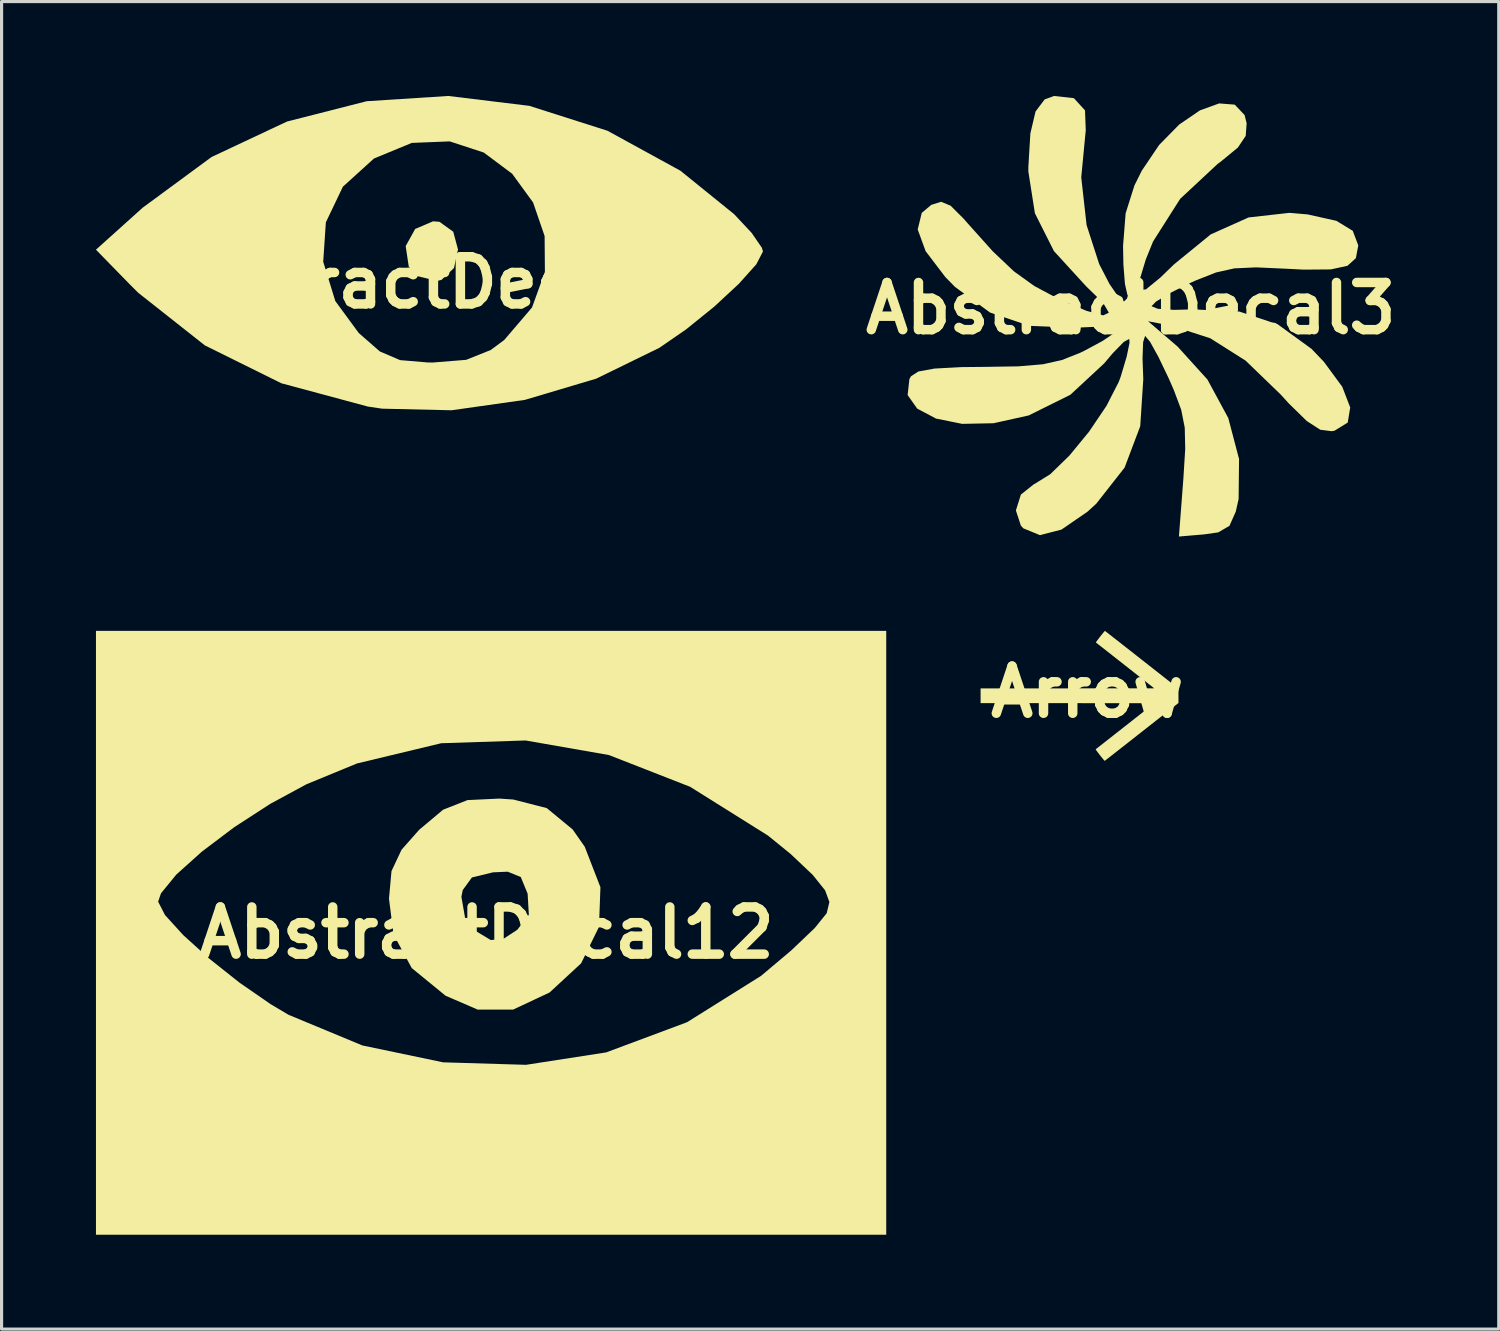
<source format=kicad_pcb>
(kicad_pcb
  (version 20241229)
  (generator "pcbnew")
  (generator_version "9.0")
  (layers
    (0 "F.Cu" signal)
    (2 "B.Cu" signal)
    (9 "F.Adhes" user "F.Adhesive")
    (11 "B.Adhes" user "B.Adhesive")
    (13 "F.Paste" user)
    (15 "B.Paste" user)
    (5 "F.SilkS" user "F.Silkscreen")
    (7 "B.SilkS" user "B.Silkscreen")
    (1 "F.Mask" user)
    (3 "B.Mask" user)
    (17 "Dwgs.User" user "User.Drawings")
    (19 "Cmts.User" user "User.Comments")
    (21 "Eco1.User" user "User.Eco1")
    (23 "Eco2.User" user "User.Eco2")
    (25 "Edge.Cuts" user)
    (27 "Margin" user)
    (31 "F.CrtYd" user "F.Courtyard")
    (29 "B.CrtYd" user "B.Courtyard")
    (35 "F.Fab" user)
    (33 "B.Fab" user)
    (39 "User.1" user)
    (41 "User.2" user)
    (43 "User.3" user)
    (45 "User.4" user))
  (footprint "AbstractDecal2"
    (layer "F.Cu")
    (at 10.476 5.932)
    (property "Reference" "AbstractDecal2" (at 0 0 0) (layer "F.SilkS") (effects (font (size 1.5 1.5) (thickness 0.3))))
    (attr board_only exclude_from_pos_files exclude_from_bom)
    (fp_poly (pts (xy 0.442 -1.932) (xy 0.88 -1.617) (xy 1.031 -1.052) (xy 0.904 -0.465) (xy 0.507 -0.087) (xy 0.372 -0.053) (xy -0.28 -0.209) (xy -0.534 -0.508) (xy -0.632 -1.16) (xy -0.33 -1.705) (xy 0.239 -1.948)) (stroke (width 0) (type solid)) (fill yes) (layer "F.SilkS"))
    (fp_poly (pts (xy 3.297 -5.618) (xy 5.782 -4.826) (xy 8.1 -3.556) (xy 9.807 -2.175) (xy 10.364 -1.58) (xy 10.689 -1.108) (xy 10.724 -0.99) (xy 10.513 -0.582) (xy 9.956 0.04) (xy 9.172 0.767) (xy 8.278 1.489) (xy 7.431 2.073) (xy 5.427 3.052) (xy 3.16 3.727) (xy 0.826 4.058) (xy -1.382 4.007) (xy -1.834 3.94) (xy -4.583 3.2) (xy -7.015 1.996) (xy -9.135 0.322) (xy -9.401 0.056) (xy -10.103 -0.663) (xy -3.253 -0.663) (xy -2.869 0.586) (xy -2.123 1.603) (xy -1.452 2.189) (xy -0.81 2.464) (xy 0.078 2.539) (xy 0.232 2.54) (xy 1.29 2.455) (xy 2.069 2.143) (xy 2.5 1.825) (xy 3.384 0.79) (xy 3.793 -0.339) (xy 3.784 -1.479) (xy 3.418 -2.546) (xy 2.753 -3.459) (xy 1.85 -4.134) (xy 0.767 -4.488) (xy -0.437 -4.44) (xy -1.64 -3.944) (xy -2.628 -3.048) (xy -3.169 -1.915) (xy -3.253 -0.663) (xy -10.103 -0.663) (xy -10.476 -1.046) (xy -8.99 -2.382) (xy -6.802 -3.992) (xy -4.404 -5.119) (xy -1.871 -5.765) (xy 0.721 -5.932)) (stroke (width 0) (type solid)) (fill yes) (layer "F.SilkS")))
  (footprint "AbstractDecal12"
    (layer "F.Cu")
    (at 12.418 26.598)
    (property "Reference" "AbstractDecal12" (at 0 0 0) (layer "F.SilkS") (effects (font (size 1.5 1.5) (thickness 0.3))))
    (attr board_only exclude_from_pos_files exclude_from_bom)
    (fp_poly (pts (xy 0.847 -4.236) (xy 1.911 -3.963) (xy 2.733 -3.285) (xy 3.118 -2.734) (xy 3.616 -1.448) (xy 3.57 -0.188) (xy 3.002 0.97) (xy 2 1.897) (xy 0.838 2.442) (xy -0.284 2.442) (xy -1.308 1.999) (xy -2.382 1.12) (xy -2.96 0.052) (xy -3.104 -1.079) (xy -3.099 -1.145) (xy -0.803 -1.145) (xy -0.674 -0.404) (xy -0.396 -0.086) (xy 0.131 0.231) (xy 0.547 0.183) (xy 0.975 -0.097) (xy 1.341 -0.575) (xy 1.302 -1.243) (xy 1.085 -1.772) (xy 0.67 -1.942) (xy 0.202 -1.922) (xy -0.469 -1.759) (xy -0.76 -1.359) (xy -0.803 -1.145) (xy -3.099 -1.145) (xy -3.025 -1.961) (xy -2.706 -2.639) (xy -2.145 -3.274) (xy -1.385 -3.912) (xy -0.609 -4.218) (xy 0.406 -4.266)) (stroke (width 0) (type solid)) (fill yes) (layer "F.SilkS"))
    (fp_poly (pts (xy 12.7 0) (xy 12.7 9.596) (xy 0.141 9.596) (xy -12.418 9.596) (xy -12.418 0) (xy -12.418 -0.99) (xy -10.442 -0.99) (xy -10.224 -0.565) (xy -9.646 0.071) (xy -8.819 0.82) (xy -7.855 1.585) (xy -6.867 2.268) (xy -6.298 2.606) (xy -3.952 3.58) (xy -1.384 4.117) (xy 1.251 4.196) (xy 3.8 3.801) (xy 3.8 3.801) (xy 6.369 2.842) (xy 8.722 1.368) (xy 9.69 0.552) (xy 10.43 -0.154) (xy 10.808 -0.623) (xy 10.893 -0.98) (xy 10.757 -1.35) (xy 10.757 -1.35) (xy 10.361 -1.843) (xy 9.665 -2.502) (xy 8.943 -3.089) (xy 6.466 -4.641) (xy 3.885 -5.65) (xy 1.236 -6.113) (xy -1.445 -6.025) (xy -4.123 -5.382) (xy -5.73 -4.72) (xy -6.881 -4.097) (xy -8.025 -3.355) (xy -9.055 -2.578) (xy -9.865 -1.85) (xy -10.351 -1.256) (xy -10.442 -0.99) (xy -12.418 -0.99) (xy -12.418 -9.596) (xy 0.141 -9.596) (xy 12.7 -9.596)) (stroke (width 0) (type solid)) (fill yes) (layer "F.SilkS")))
  (footprint "Arrow"
    (layer "F.Cu")
    (at 31.51 18.942)
    (property "Reference" "Arrow" (at 0 0 0) (layer "F.SilkS") (effects (font (size 1.5 1.5) (thickness 0.3))))
    (attr board_only exclude_from_pos_files exclude_from_bom)
    (fp_poly (pts (xy 0.566 -1.934) (xy 0.583 -1.921) (xy 0.612 -1.899) (xy 0.65 -1.87) (xy 0.697 -1.833) (xy 0.754 -1.789) (xy 0.818 -1.738) (xy 0.891 -1.681) (xy 0.971 -1.619) (xy 1.057 -1.552) (xy 1.149 -1.479) (xy 1.247 -1.402) (xy 1.35 -1.322) (xy 1.457 -1.238) (xy 1.568 -1.15) (xy 1.683 -1.06) (xy 1.731 -1.022) (xy 2.895 -0.107) (xy 2.896 0.122) (xy 2.896 0.352) (xy 1.728 1.27) (xy 1.612 1.361) (xy 1.499 1.45) (xy 1.39 1.536) (xy 1.285 1.618) (xy 1.185 1.697) (xy 1.09 1.771) (xy 1.001 1.841) (xy 0.918 1.906) (xy 0.842 1.965) (xy 0.774 2.019) (xy 0.714 2.066) (xy 0.662 2.106) (xy 0.62 2.139) (xy 0.587 2.164) (xy 0.565 2.181) (xy 0.553 2.19) (xy 0.552 2.191) (xy 0.545 2.186) (xy 0.531 2.17) (xy 0.51 2.146) (xy 0.483 2.114) (xy 0.452 2.076) (xy 0.418 2.033) (xy 0.4 2.011) (xy 0.365 1.965) (xy 0.333 1.923) (xy 0.306 1.887) (xy 0.285 1.858) (xy 0.271 1.837) (xy 0.265 1.825) (xy 0.265 1.823) (xy 0.271 1.818) (xy 0.289 1.805) (xy 0.317 1.783) (xy 0.355 1.753) (xy 0.401 1.716) (xy 0.457 1.673) (xy 0.52 1.623) (xy 0.591 1.568) (xy 0.668 1.507) (xy 0.751 1.442) (xy 0.84 1.372) (xy 0.933 1.298) (xy 1.031 1.222) (xy 1.132 1.142) (xy 1.2 1.089) (xy 2.127 0.359) (xy -0.633 0.357) (xy -3.393 0.356) (xy -3.393 0.122) (xy -3.393 -0.111) (xy -0.634 -0.113) (xy 2.125 -0.115) (xy 1.202 -0.841) (xy 1.1 -0.922) (xy 1 -1) (xy 0.904 -1.075) (xy 0.812 -1.147) (xy 0.726 -1.216) (xy 0.645 -1.279) (xy 0.57 -1.338) (xy 0.502 -1.391) (xy 0.442 -1.438) (xy 0.39 -1.479) (xy 0.346 -1.513) (xy 0.312 -1.54) (xy 0.288 -1.559) (xy 0.275 -1.569) (xy 0.272 -1.571) (xy 0.275 -1.578) (xy 0.285 -1.595) (xy 0.302 -1.619) (xy 0.325 -1.65) (xy 0.352 -1.686) (xy 0.381 -1.725) (xy 0.412 -1.764) (xy 0.444 -1.804) (xy 0.474 -1.842) (xy 0.501 -1.875) (xy 0.525 -1.903) (xy 0.543 -1.925) (xy 0.555 -1.937) (xy 0.559 -1.939)) (stroke (width 0) (type solid)) (fill yes) (layer "F.SilkS")))
  (footprint "AbstractDecal3"
    (layer "F.Cu")
    (at 32.893 6.75)
    (property "Reference" "AbstractDecal3" (at 0 0 0) (layer "F.SilkS") (effects (font (size 1.5 1.5) (thickness 0.3))))
    (attr board_only exclude_from_pos_files exclude_from_bom)
    (fp_poly (pts (xy -1.811 -6.68) (xy -1.457 -6.292) (xy -1.433 -5.648) (xy -1.436 -5.636) (xy -1.577 -4.163) (xy -1.407 -2.645) (xy -1.006 -1.406) (xy -0.678 -0.773) (xy -0.383 -0.343) (xy -0.218 -0.219) (xy -0.078 -0.353) (xy -0.114 -0.446) (xy -0.188 -0.774) (xy -0.237 -1.391) (xy -0.248 -1.983) (xy -0.166 -3.021) (xy 0.115 -3.909) (xy 0.347 -4.374) (xy 0.898 -5.192) (xy 1.537 -5.842) (xy 2.196 -6.292) (xy 2.806 -6.513) (xy 3.302 -6.474) (xy 3.615 -6.144) (xy 3.68 -5.88) (xy 3.65 -5.48) (xy 3.402 -5.111) (xy 2.857 -4.662) (xy 2.758 -4.59) (xy 1.567 -3.48) (xy 0.706 -2.125) (xy 0.475 -1.555) (xy 0.274 -0.888) (xy 0.269 -0.573) (xy 0.482 -0.604) (xy 0.937 -0.977) (xy 1.369 -1.395) (xy 2.538 -2.35) (xy 3.742 -2.889) (xy 5.039 -3.035) (xy 5.619 -2.985) (xy 6.531 -2.782) (xy 7.053 -2.464) (xy 7.226 -2.006) (xy 7.226 -1.988) (xy 7.152 -1.594) (xy 6.884 -1.352) (xy 6.355 -1.237) (xy 5.495 -1.23) (xy 4.937 -1.259) (xy 3.978 -1.302) (xy 3.289 -1.27) (xy 2.707 -1.14) (xy 2.067 -0.888) (xy 1.89 -0.808) (xy 1.245 -0.486) (xy 0.799 -0.214) (xy 0.656 -0.067) (xy 0.855 0.014) (xy 1.372 0.049) (xy 1.994 0.034) (xy 3.449 0.103) (xy 4.672 0.51) (xy 5.743 1.289) (xy 6.137 1.701) (xy 6.719 2.493) (xy 6.972 3.151) (xy 6.893 3.63) (xy 6.477 3.888) (xy 6.382 3.905) (xy 6.021 3.859) (xy 5.593 3.583) (xy 5.02 3.023) (xy 4.77 2.747) (xy 3.647 1.662) (xy 2.523 0.951) (xy 1.314 0.56) (xy 0.547 0.41) (xy 1.486 1.216) (xy 2.434 2.263) (xy 3.097 3.488) (xy 3.439 4.789) (xy 3.425 6.061) (xy 3.335 6.459) (xy 3.134 6.913) (xy 2.777 7.121) (xy 2.337 7.184) (xy 1.528 7.253) (xy 1.669 5.416) (xy 1.728 4.47) (xy 1.713 3.795) (xy 1.601 3.226) (xy 1.367 2.6) (xy 1.204 2.228) (xy 0.879 1.549) (xy 0.61 1.063) (xy 0.453 0.876) (xy 0.452 0.876) (xy 0.39 1.075) (xy 0.371 1.593) (xy 0.395 2.253) (xy 0.298 3.747) (xy -0.199 5.062) (xy -1.1 6.21) (xy -1.38 6.465) (xy -2.205 7.032) (xy -2.89 7.209) (xy -3.416 6.993) (xy -3.495 6.908) (xy -3.654 6.424) (xy -3.495 5.919) (xy -3.081 5.589) (xy -3.064 5.583) (xy -2.563 5.273) (xy -1.955 4.682) (xy -1.33 3.922) (xy -0.776 3.102) (xy -0.383 2.335) (xy -0.322 2.169) (xy -0.133 1.536) (xy -0.042 1.094) (xy -0.051 0.971) (xy -0.228 1.071) (xy -0.578 1.43) (xy -0.851 1.753) (xy -1.924 2.748) (xy -3.247 3.404) (xy -4.364 3.652) (xy -5.361 3.672) (xy -6.192 3.504) (xy -6.791 3.187) (xy -7.095 2.757) (xy -7.039 2.251) (xy -6.988 2.159) (xy -6.754 2.008) (xy -6.239 1.914) (xy -5.382 1.868) (xy -4.661 1.861) (xy -3.577 1.844) (xy -2.796 1.778) (xy -2.187 1.642) (xy -1.615 1.415) (xy -1.478 1.349) (xy -0.896 1.035) (xy -0.518 0.779) (xy -0.438 0.678) (xy -0.636 0.609) (xy -1.152 0.589) (xy -1.759 0.615) (xy -3.221 0.557) (xy -4.475 0.134) (xy -5.59 -0.681) (xy -5.895 -0.992) (xy -6.523 -1.817) (xy -6.775 -2.506) (xy -6.646 -3.035) (xy -6.342 -3.289) (xy -6.031 -3.387) (xy -5.729 -3.262) (xy -5.319 -2.853) (xy -5.192 -2.708) (xy -4.387 -1.81) (xy -3.716 -1.175) (xy -3.065 -0.707) (xy -2.317 -0.309) (xy -2.299 -0.301) (xy -1.413 0.079) (xy -0.878 0.224) (xy -0.699 0.138) (xy -0.884 -0.177) (xy -1.424 -0.703) (xy -2.445 -1.82) (xy -3.05 -3.022) (xy -3.258 -4.349) (xy -3.258 -4.489) (xy -3.194 -5.56) (xy -3.029 -6.258) (xy -2.741 -6.639) (xy -2.442 -6.75)) (stroke (width 0) (type solid)) (fill yes) (layer "F.SilkS")))
  (gr_rect
    (start -3 -3)
    (end 44.586 39.194)
    (stroke (width 0.1) (type default))
    (fill no)
    (layer "Edge.Cuts")))
</source>
